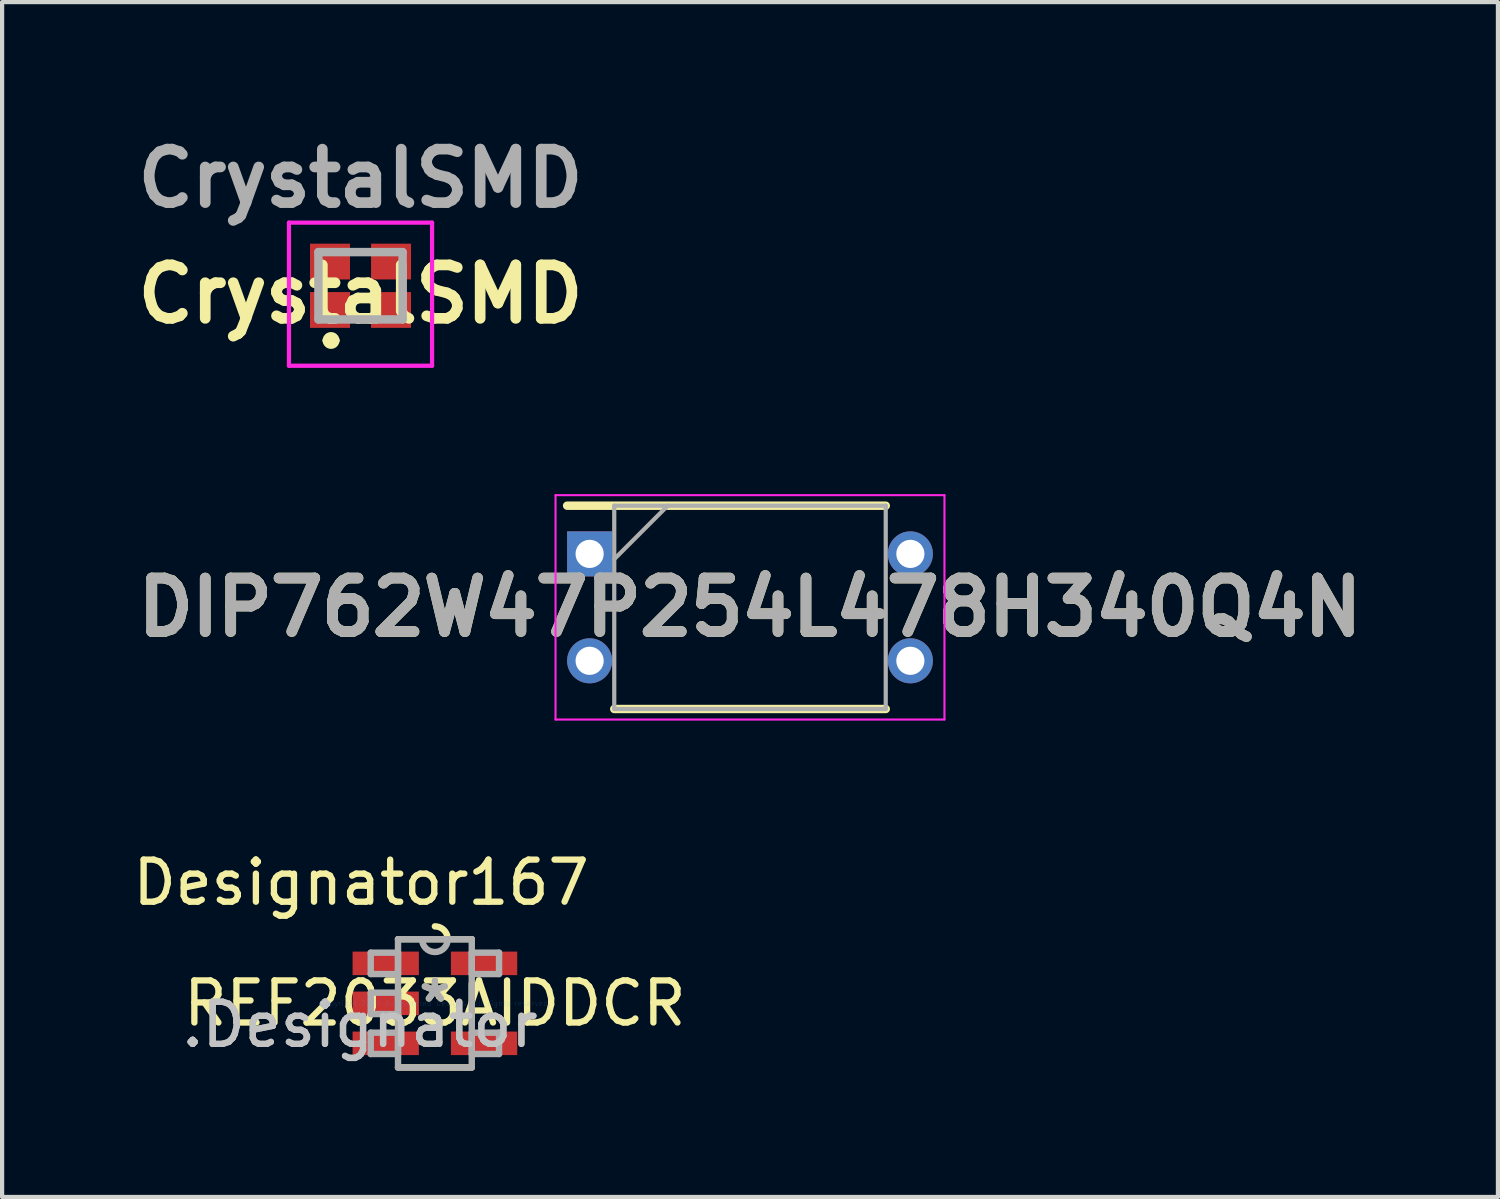
<source format=kicad_pcb>
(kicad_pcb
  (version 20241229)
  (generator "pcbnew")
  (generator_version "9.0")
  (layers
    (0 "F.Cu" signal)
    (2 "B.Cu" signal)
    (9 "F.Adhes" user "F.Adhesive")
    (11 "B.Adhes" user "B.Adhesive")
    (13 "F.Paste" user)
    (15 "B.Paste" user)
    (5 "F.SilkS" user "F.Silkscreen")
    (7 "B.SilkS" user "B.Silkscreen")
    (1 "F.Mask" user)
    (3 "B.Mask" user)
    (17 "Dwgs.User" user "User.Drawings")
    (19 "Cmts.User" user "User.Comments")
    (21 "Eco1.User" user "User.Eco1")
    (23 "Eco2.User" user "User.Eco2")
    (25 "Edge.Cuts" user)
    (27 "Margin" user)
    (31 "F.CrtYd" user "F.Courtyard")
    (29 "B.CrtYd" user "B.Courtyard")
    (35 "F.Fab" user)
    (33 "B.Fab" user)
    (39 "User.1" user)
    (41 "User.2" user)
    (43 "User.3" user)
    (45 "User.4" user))
  (footprint "CrystalSMD"
    (layer "F.Cu")
    (at 5.515 3.739)
    (property "Reference" "CrystalSMD" (at 0 0.2 0) (layer "F.SilkS") (effects (font (size 1.27 1.27) (thickness 0.254))))
    (attr smd)
    (fp_line (start -0.8 1.3) (end -0.8 1.3) (stroke (width 0.2) (type solid)) (layer "F.SilkS"))
    (fp_line (start -0.6 1.3) (end -0.6 1.3) (stroke (width 0.2) (type solid)) (layer "F.SilkS"))
    (fp_line (start -0.1 -0.8) (end 0.1 -0.8) (stroke (width 0.1) (type solid)) (layer "F.SilkS"))
    (fp_line (start -0.1 0.8) (end 0.1 0.8) (stroke (width 0.1) (type solid)) (layer "F.SilkS"))
    (fp_arc (start -0.8 1.3) (mid -0.7 1.2) (end -0.6 1.3) (stroke (width 0.2) (type solid)) (layer "F.SilkS"))
    (fp_arc (start -0.6 1.3) (mid -0.7 1.4) (end -0.8 1.3) (stroke (width 0.2) (type solid)) (layer "F.SilkS"))
    (fp_line (start -1.7 -1.5) (end 1.7 -1.5) (stroke (width 0.1) (type solid)) (layer "F.CrtYd"))
    (fp_line (start -1.7 1.9) (end -1.7 -1.5) (stroke (width 0.1) (type solid)) (layer "F.CrtYd"))
    (fp_line (start 1.7 -1.5) (end 1.7 1.9) (stroke (width 0.1) (type solid)) (layer "F.CrtYd"))
    (fp_line (start 1.7 1.9) (end -1.7 1.9) (stroke (width 0.1) (type solid)) (layer "F.CrtYd"))
    (fp_line (start -1 -0.8) (end 1 -0.8) (stroke (width 0.2) (type solid)) (layer "F.Fab"))
    (fp_line (start -1 0.8) (end -1 -0.8) (stroke (width 0.2) (type solid)) (layer "F.Fab"))
    (fp_line (start 1 -0.8) (end 1 0.8) (stroke (width 0.2) (type solid)) (layer "F.Fab"))
    (fp_line (start 1 0.8) (end -1 0.8) (stroke (width 0.2) (type solid)) (layer "F.Fab"))
    (fp_text user "${REFERENCE}" (at 0 -2.55 0) (layer "F.Fab") (effects (font (size 1.27 1.27) (thickness 0.254))))
    (pad "1" smd rect (at -0.725 0.575) (size 0.95 0.85) (layers "F.Cu" "F.Mask" "F.Paste"))
    (pad "2" smd rect (at 0.725 0.575) (size 0.95 0.85) (layers "F.Cu" "F.Mask" "F.Paste"))
    (pad "3" smd rect (at 0.725 -0.575) (size 0.95 0.85) (layers "F.Cu" "F.Mask" "F.Paste"))
    (pad "4" smd rect (at -0.725 -0.575) (size 0.95 0.85) (layers "F.Cu" "F.Mask" "F.Paste")))
  (footprint "REF2033AIDDCR"
    (layer "F.Cu")
    (at 7.282 20.787)
    (property "Reference" "REF2033AIDDCR" (at 0 0 0) (layer "F.SilkS") (effects (font (size 1 1) (thickness 0.15))))
    (attr through_hole)
    (fp_line (start -0.876 -1.524) (end 0.876 -1.524) (stroke (width 0.152) (type solid)) (layer "F.SilkS"))
    (fp_line (start -0.876 1.524) (end 0.876 1.524) (stroke (width 0.152) (type solid)) (layer "F.SilkS"))
    (fp_line (start 0.876 0.465) (end 0.876 -0.465) (stroke (width 0.152) (type solid)) (layer "F.SilkS"))
    (fp_arc (start 0 -1.8288) (mid 0.181329 -1.768995) (end 0.291502 -1.61305) (stroke (width 0.1524) (type solid)) (layer "F.SilkS"))
    (fp_line (start -1.524 -1.204) (end -0.876 -1.204) (stroke (width 0.152) (type solid)) (layer "F.Fab"))
    (fp_line (start -1.524 -0.696) (end -1.524 -1.204) (stroke (width 0.152) (type solid)) (layer "F.Fab"))
    (fp_line (start -1.524 -0.696) (end -0.876 -0.696) (stroke (width 0.152) (type solid)) (layer "F.Fab"))
    (fp_line (start -1.524 -0.254) (end -0.876 -0.254) (stroke (width 0.152) (type solid)) (layer "F.Fab"))
    (fp_line (start -1.524 0.254) (end -1.524 -0.254) (stroke (width 0.152) (type solid)) (layer "F.Fab"))
    (fp_line (start -1.524 0.254) (end -0.876 0.254) (stroke (width 0.152) (type solid)) (layer "F.Fab"))
    (fp_line (start -1.524 0.696) (end -0.876 0.696) (stroke (width 0.152) (type solid)) (layer "F.Fab"))
    (fp_line (start -1.524 1.204) (end -1.524 0.696) (stroke (width 0.152) (type solid)) (layer "F.Fab"))
    (fp_line (start -1.524 1.204) (end -0.876 1.204) (stroke (width 0.152) (type solid)) (layer "F.Fab"))
    (fp_line (start -0.876 -1.524) (end 0.876 -1.524) (stroke (width 0.152) (type solid)) (layer "F.Fab"))
    (fp_line (start -0.876 -0.696) (end -0.876 -1.204) (stroke (width 0.152) (type solid)) (layer "F.Fab"))
    (fp_line (start -0.876 0.254) (end -0.876 -0.254) (stroke (width 0.152) (type solid)) (layer "F.Fab"))
    (fp_line (start -0.876 1.204) (end -0.876 0.696) (stroke (width 0.152) (type solid)) (layer "F.Fab"))
    (fp_line (start -0.876 1.524) (end -0.876 -1.524) (stroke (width 0.152) (type solid)) (layer "F.Fab"))
    (fp_line (start -0.876 1.524) (end 0.876 1.524) (stroke (width 0.152) (type solid)) (layer "F.Fab"))
    (fp_line (start 0.876 -1.204) (end 1.524 -1.204) (stroke (width 0.152) (type solid)) (layer "F.Fab"))
    (fp_line (start 0.876 -0.696) (end 0.876 -1.204) (stroke (width 0.152) (type solid)) (layer "F.Fab"))
    (fp_line (start 0.876 -0.696) (end 1.524 -0.696) (stroke (width 0.152) (type solid)) (layer "F.Fab"))
    (fp_line (start 0.876 0.696) (end 1.524 0.696) (stroke (width 0.152) (type solid)) (layer "F.Fab"))
    (fp_line (start 0.876 1.204) (end 0.876 0.696) (stroke (width 0.152) (type solid)) (layer "F.Fab"))
    (fp_line (start 0.876 1.204) (end 1.524 1.204) (stroke (width 0.152) (type solid)) (layer "F.Fab"))
    (fp_line (start 0.876 1.524) (end 0.876 -1.524) (stroke (width 0.152) (type solid)) (layer "F.Fab"))
    (fp_line (start 1.524 -0.696) (end 1.524 -1.204) (stroke (width 0.152) (type solid)) (layer "F.Fab"))
    (fp_line (start 1.524 1.204) (end 1.524 0.696) (stroke (width 0.152) (type solid)) (layer "F.Fab"))
    (fp_arc (start 0.3048 -1.524) (mid 0 -1.2192) (end -0.3048 -1.524) (stroke (width 0.1524) (type solid)) (layer "F.Fab"))
    (fp_text user "*" (at 0 0 0) (layer "F.SilkS") (effects (font (size 1 1) (thickness 0.15))))
    (fp_text user "Designator167" (at -1.753 -2.87 0) (layer "F.SilkS") (effects (font (size 1 1) (thickness 0.15))))
    (fp_text user ".Designator" (at -1.778 0.508 0) (layer "Dwgs.User") (effects (font (size 1 1) (thickness 0.15))))
    (fp_text user "Copyright 2016 Accelerated Designs. All rights reserved." (at 0 0 0) (layer "Cmts.User") (effects (font (size 0.127 0.127) (thickness 0.002))))
    (fp_text user "*" (at 0 0 0) (layer "F.Fab") (effects (font (size 1 1) (thickness 0.15))))
    (fp_text user ".Designator" (at -1.778 0.508 0) (layer "F.Fab") (effects (font (size 1 1) (thickness 0.15))))
    (pad "1" smd rect (at -1.168 -0.95) (size 1.575 0.559) (layers "F.Cu" "F.Mask" "F.Paste"))
    (pad "2" smd rect (at -1.168 0) (size 1.575 0.559) (layers "F.Cu" "F.Mask" "F.Paste"))
    (pad "3" smd rect (at -1.168 0.95) (size 1.575 0.559) (layers "F.Cu" "F.Mask" "F.Paste"))
    (pad "4" smd rect (at 1.168 0.95) (size 1.575 0.559) (layers "F.Cu" "F.Mask" "F.Paste"))
    (pad "5" smd rect (at 1.168 -0.95) (size 1.575 0.559) (layers "F.Cu" "F.Mask" "F.Paste")))
  (footprint "DIP762W47P254L478H340Q4N"
    (layer "F.Cu")
    (at 14.768 11.379)
    (property "Reference" "DIP762W47P254L478H340Q4N" (at 0 0 0) (layer "F.SilkS") (effects (font (size 1.27 1.27) (thickness 0.254))))
    (attr through_hole)
    (fp_line (start -4.345 -2.415) (end 3.225 -2.415) (stroke (width 0.2) (type solid)) (layer "F.SilkS"))
    (fp_line (start -3.225 2.415) (end 3.225 2.415) (stroke (width 0.2) (type solid)) (layer "F.SilkS"))
    (fp_line (start -4.62 -2.665) (end 4.62 -2.665) (stroke (width 0.05) (type solid)) (layer "F.CrtYd"))
    (fp_line (start -4.62 2.665) (end -4.62 -2.665) (stroke (width 0.05) (type solid)) (layer "F.CrtYd"))
    (fp_line (start 4.62 -2.665) (end 4.62 2.665) (stroke (width 0.05) (type solid)) (layer "F.CrtYd"))
    (fp_line (start 4.62 2.665) (end -4.62 2.665) (stroke (width 0.05) (type solid)) (layer "F.CrtYd"))
    (fp_line (start -3.225 -2.415) (end 3.225 -2.415) (stroke (width 0.1) (type solid)) (layer "F.Fab"))
    (fp_line (start -3.225 -1.145) (end -1.955 -2.415) (stroke (width 0.1) (type solid)) (layer "F.Fab"))
    (fp_line (start -3.225 2.415) (end -3.225 -2.415) (stroke (width 0.1) (type solid)) (layer "F.Fab"))
    (fp_line (start 3.225 -2.415) (end 3.225 2.415) (stroke (width 0.1) (type solid)) (layer "F.Fab"))
    (fp_line (start 3.225 2.415) (end -3.225 2.415) (stroke (width 0.1) (type solid)) (layer "F.Fab"))
    (fp_text user "${REFERENCE}" (at 0 0 0) (layer "F.Fab") (effects (font (size 1.27 1.27) (thickness 0.254))))
    (pad "1" thru_hole rect (at -3.81 -1.27) (size 1.07 1.07) (drill 0.67) (layers "*.Cu" "*.Mask"))
    (pad "2" thru_hole circle (at -3.81 1.27) (size 1.07 1.07) (drill 0.67) (layers "*.Cu" "*.Mask"))
    (pad "3" thru_hole circle (at 3.81 1.27) (size 1.07 1.07) (drill 0.67) (layers "*.Cu" "*.Mask"))
    (pad "4" thru_hole circle (at 3.81 -1.27) (size 1.07 1.07) (drill 0.67) (layers "*.Cu" "*.Mask")))
  (gr_rect
    (start -3 -3)
    (end 32.537 25.387)
    (stroke (width 0.1) (type default))
    (fill no)
    (layer "Edge.Cuts")))
</source>
